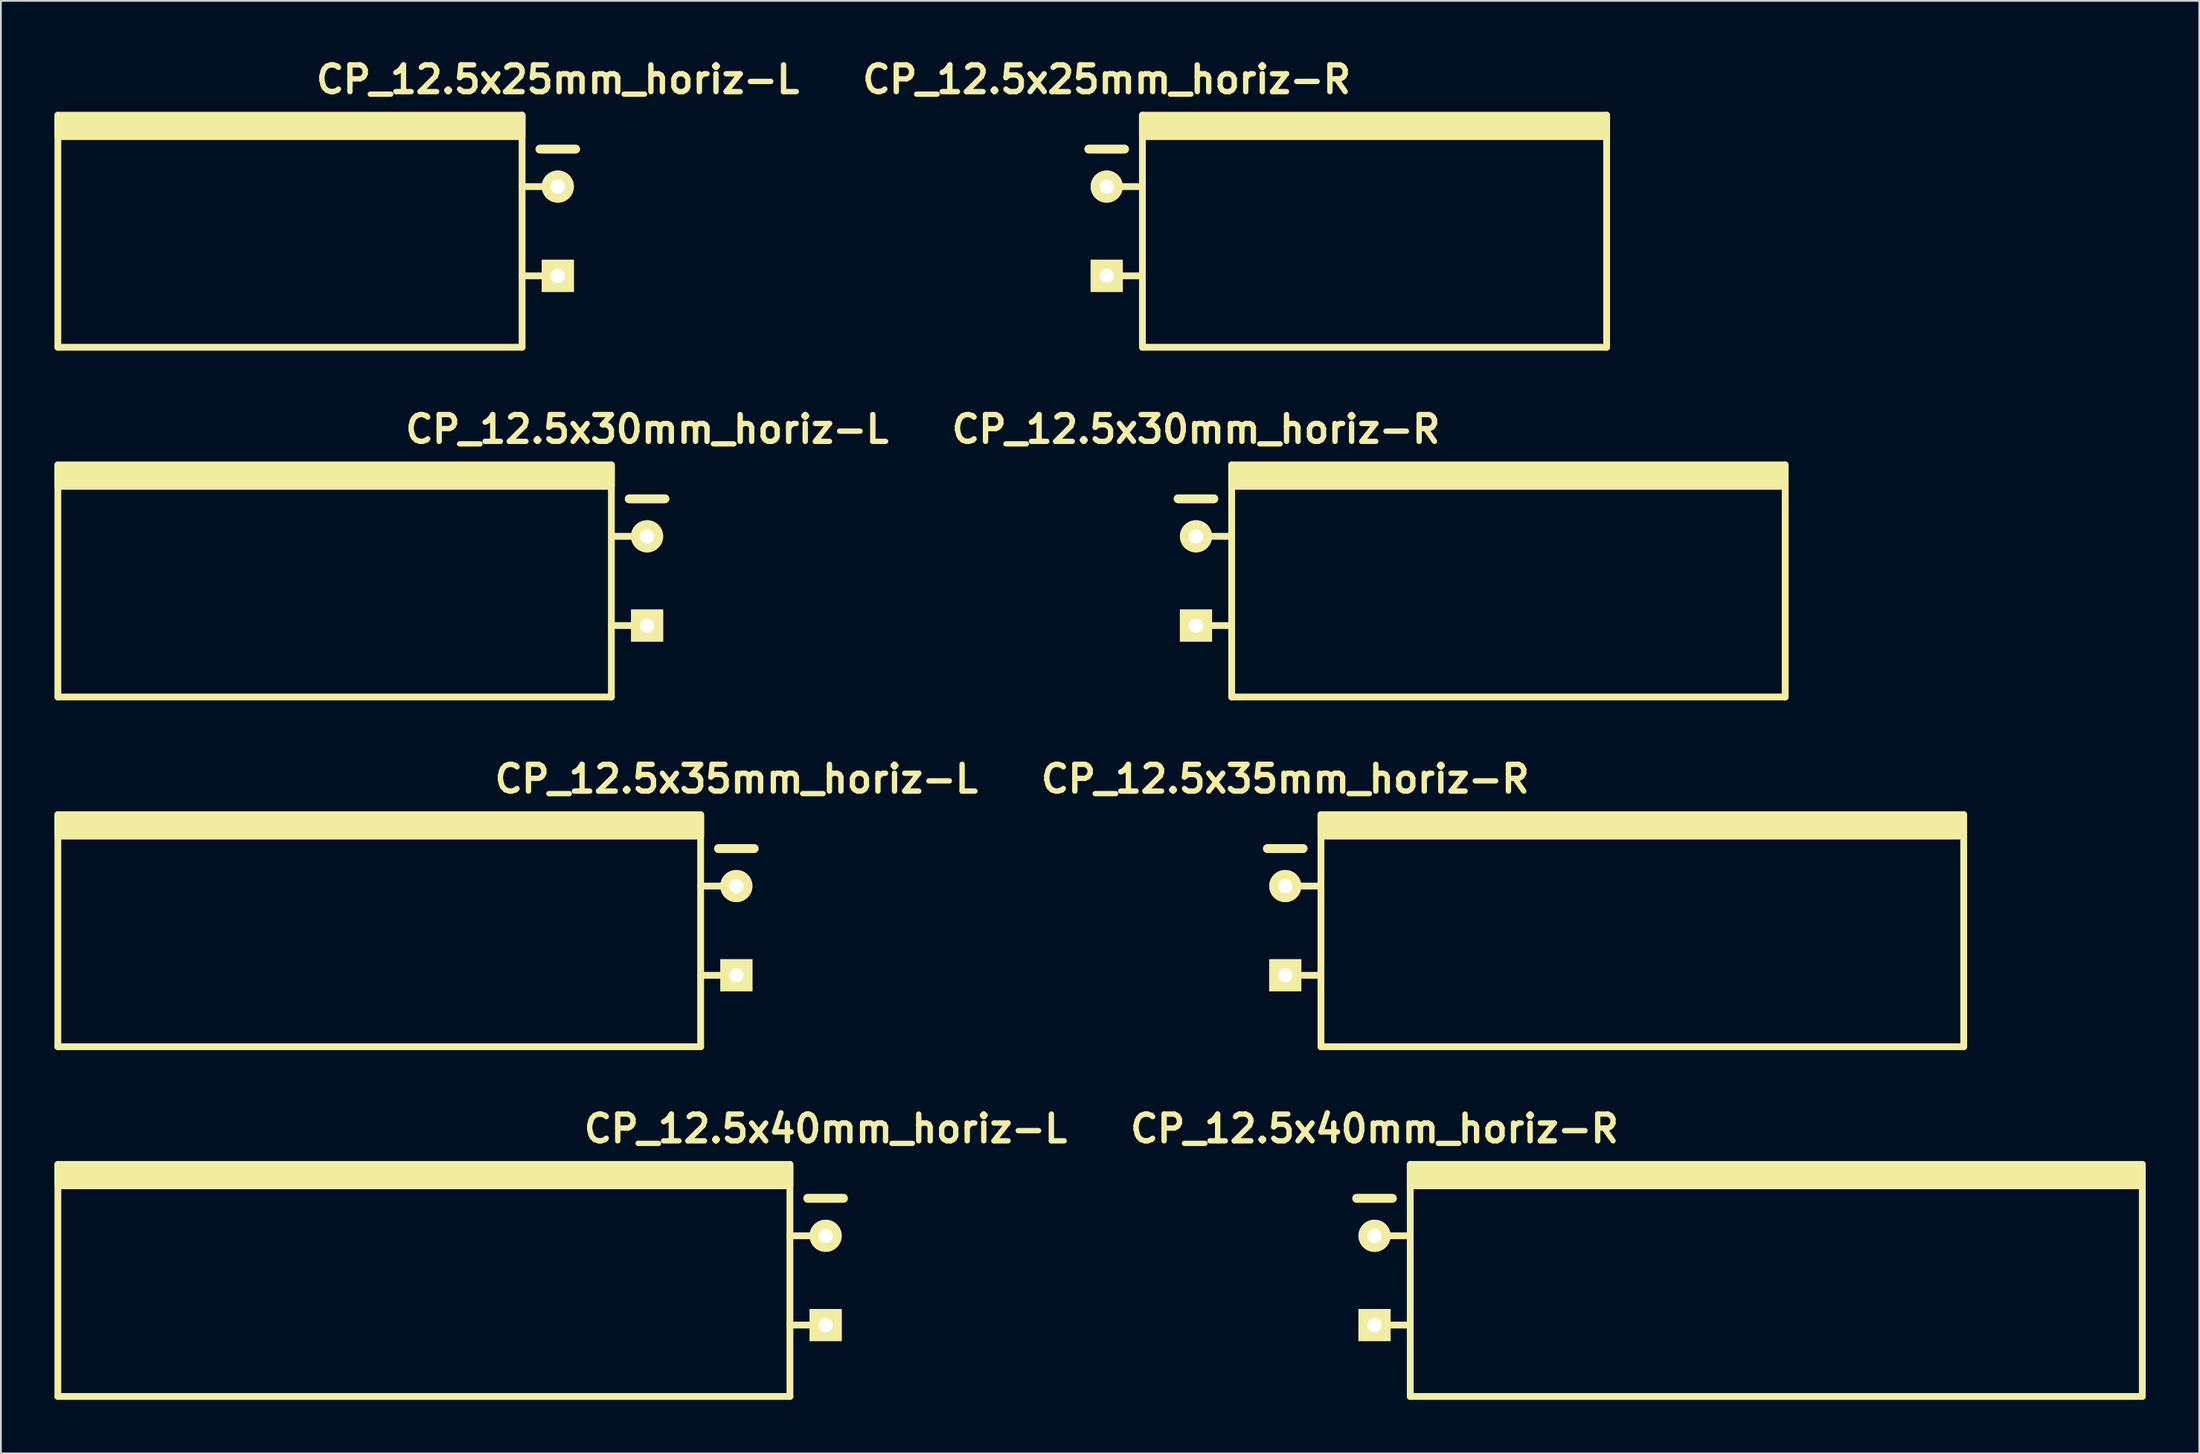
<source format=kicad_pcb>
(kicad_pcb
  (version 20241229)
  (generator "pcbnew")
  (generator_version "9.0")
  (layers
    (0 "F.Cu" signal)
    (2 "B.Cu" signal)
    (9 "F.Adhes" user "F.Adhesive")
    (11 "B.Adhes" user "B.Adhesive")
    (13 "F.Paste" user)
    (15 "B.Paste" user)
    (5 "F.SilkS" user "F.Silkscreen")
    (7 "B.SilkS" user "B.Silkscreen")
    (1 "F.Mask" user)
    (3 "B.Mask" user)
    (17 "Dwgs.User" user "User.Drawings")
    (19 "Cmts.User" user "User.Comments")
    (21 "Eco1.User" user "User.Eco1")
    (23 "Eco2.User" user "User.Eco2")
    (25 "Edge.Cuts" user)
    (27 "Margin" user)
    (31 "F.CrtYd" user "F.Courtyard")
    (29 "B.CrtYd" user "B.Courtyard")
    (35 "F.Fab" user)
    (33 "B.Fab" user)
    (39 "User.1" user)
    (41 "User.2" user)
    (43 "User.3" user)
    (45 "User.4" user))
  (footprint "CP_12.5x35mm_horiz-L"
    (layer "F.Cu")
    (at 38.191 49.093)
    (property "Reference" "CP_12.5x35mm_horiz-L" (at 0 -8.5 0) (layer "F.SilkS") (effects (font (size 1.5 1.5) (thickness 0.3))))
    (attr through_hole)
    (fp_line (start -38 6.5) (end -38 -6.5) (stroke (width 0.381) (type solid)) (layer "F.SilkS"))
    (fp_line (start -2 -6.5) (end -2 6.5) (stroke (width 0.381) (type solid)) (layer "F.SilkS"))
    (fp_line (start -2 -2.5) (end 0 -2.5) (stroke (width 0.381) (type solid)) (layer "F.SilkS"))
    (fp_line (start -2 2.5) (end 0 2.5) (stroke (width 0.381) (type solid)) (layer "F.SilkS"))
    (fp_line (start -2 6.5) (end -38 6.5) (stroke (width 0.381) (type solid)) (layer "F.SilkS"))
    (fp_line (start -1 -4.6) (end 1 -4.6) (stroke (width 0.5) (type solid)) (layer "F.SilkS"))
    (fp_poly (pts (xy -2 -5.3) (xy -38 -5.3) (xy -38 -6.5) (xy -2 -6.5)) (stroke (width 0.381) (type solid)) (fill yes) (layer "F.SilkS"))
    (pad "1" thru_hole rect (at 0 2.5) (size 1.8 1.8) (drill 0.8) (layers "*.Cu" "*.Mask" "F.SilkS"))
    (pad "2" thru_hole circle (at 0 -2.5) (size 1.8 1.8) (drill 0.8) (layers "*.Cu" "*.Mask" "F.SilkS")))
  (footprint "CP_12.5x30mm_horiz-R"
    (layer "F.Cu")
    (at 63.933 29.498)
    (property "Reference" "CP_12.5x30mm_horiz-R" (at 0 -8.5 0) (layer "F.SilkS") (effects (font (size 1.5 1.5) (thickness 0.3))))
    (attr through_hole)
    (fp_line (start -1 -4.6) (end 1 -4.6) (stroke (width 0.5) (type solid)) (layer "F.SilkS"))
    (fp_line (start 0 -2.5) (end 2 -2.5) (stroke (width 0.381) (type solid)) (layer "F.SilkS"))
    (fp_line (start 0 2.5) (end 2 2.5) (stroke (width 0.381) (type solid)) (layer "F.SilkS"))
    (fp_line (start 2 6.5) (end 2 -6.5) (stroke (width 0.381) (type solid)) (layer "F.SilkS"))
    (fp_line (start 33 -6.5) (end 33 6.5) (stroke (width 0.381) (type solid)) (layer "F.SilkS"))
    (fp_line (start 33 6.5) (end 2 6.5) (stroke (width 0.381) (type solid)) (layer "F.SilkS"))
    (fp_poly (pts (xy 33 -5.3) (xy 2 -5.3) (xy 2 -6.5) (xy 33 -6.5)) (stroke (width 0.381) (type solid)) (fill yes) (layer "F.SilkS"))
    (pad "1" thru_hole rect (at 0 2.5) (size 1.8 1.8) (drill 0.8) (layers "*.Cu" "*.Mask" "F.SilkS"))
    (pad "2" thru_hole circle (at 0 -2.5) (size 1.8 1.8) (drill 0.8) (layers "*.Cu" "*.Mask" "F.SilkS")))
  (footprint "CP_12.5x35mm_horiz-R"
    (layer "F.Cu")
    (at 68.933 49.093)
    (property "Reference" "CP_12.5x35mm_horiz-R" (at 0 -8.5 0) (layer "F.SilkS") (effects (font (size 1.5 1.5) (thickness 0.3))))
    (attr through_hole)
    (fp_line (start -1 -4.6) (end 1 -4.6) (stroke (width 0.5) (type solid)) (layer "F.SilkS"))
    (fp_line (start 0 -2.5) (end 2 -2.5) (stroke (width 0.381) (type solid)) (layer "F.SilkS"))
    (fp_line (start 0 2.5) (end 2 2.5) (stroke (width 0.381) (type solid)) (layer "F.SilkS"))
    (fp_line (start 2 6.5) (end 2 -6.5) (stroke (width 0.381) (type solid)) (layer "F.SilkS"))
    (fp_line (start 38 -6.5) (end 38 6.5) (stroke (width 0.381) (type solid)) (layer "F.SilkS"))
    (fp_line (start 38 6.5) (end 2 6.5) (stroke (width 0.381) (type solid)) (layer "F.SilkS"))
    (fp_poly (pts (xy 38 -5.3) (xy 2 -5.3) (xy 2 -6.5) (xy 38 -6.5)) (stroke (width 0.381) (type solid)) (fill yes) (layer "F.SilkS"))
    (pad "1" thru_hole rect (at 0 2.5) (size 1.8 1.8) (drill 0.8) (layers "*.Cu" "*.Mask" "F.SilkS"))
    (pad "2" thru_hole circle (at 0 -2.5) (size 1.8 1.8) (drill 0.8) (layers "*.Cu" "*.Mask" "F.SilkS")))
  (footprint "CP_12.5x40mm_horiz-L"
    (layer "F.Cu")
    (at 43.191 68.688)
    (property "Reference" "CP_12.5x40mm_horiz-L" (at 0 -8.5 0) (layer "F.SilkS") (effects (font (size 1.5 1.5) (thickness 0.3))))
    (attr through_hole)
    (fp_line (start -43 6.5) (end -43 -6.5) (stroke (width 0.381) (type solid)) (layer "F.SilkS"))
    (fp_line (start -2 -6.5) (end -2 6.5) (stroke (width 0.381) (type solid)) (layer "F.SilkS"))
    (fp_line (start -2 -2.5) (end 0 -2.5) (stroke (width 0.381) (type solid)) (layer "F.SilkS"))
    (fp_line (start -2 2.5) (end 0 2.5) (stroke (width 0.381) (type solid)) (layer "F.SilkS"))
    (fp_line (start -2 6.5) (end -43 6.5) (stroke (width 0.381) (type solid)) (layer "F.SilkS"))
    (fp_line (start -1 -4.6) (end 1 -4.6) (stroke (width 0.5) (type solid)) (layer "F.SilkS"))
    (fp_poly (pts (xy -2 -5.3) (xy -43 -5.3) (xy -43 -6.5) (xy -2 -6.5)) (stroke (width 0.381) (type solid)) (fill yes) (layer "F.SilkS"))
    (pad "1" thru_hole rect (at 0 2.5) (size 1.8 1.8) (drill 0.8) (layers "*.Cu" "*.Mask" "F.SilkS"))
    (pad "2" thru_hole circle (at 0 -2.5) (size 1.8 1.8) (drill 0.8) (layers "*.Cu" "*.Mask" "F.SilkS")))
  (footprint "CP_12.5x40mm_horiz-R"
    (layer "F.Cu")
    (at 73.933 68.688)
    (property "Reference" "CP_12.5x40mm_horiz-R" (at 0 -8.5 0) (layer "F.SilkS") (effects (font (size 1.5 1.5) (thickness 0.3))))
    (attr through_hole)
    (fp_line (start -1 -4.6) (end 1 -4.6) (stroke (width 0.5) (type solid)) (layer "F.SilkS"))
    (fp_line (start 0 -2.5) (end 2 -2.5) (stroke (width 0.381) (type solid)) (layer "F.SilkS"))
    (fp_line (start 0 2.5) (end 2 2.5) (stroke (width 0.381) (type solid)) (layer "F.SilkS"))
    (fp_line (start 2 6.5) (end 2 -6.5) (stroke (width 0.381) (type solid)) (layer "F.SilkS"))
    (fp_line (start 43 -6.5) (end 43 6.5) (stroke (width 0.381) (type solid)) (layer "F.SilkS"))
    (fp_line (start 43 6.5) (end 2 6.5) (stroke (width 0.381) (type solid)) (layer "F.SilkS"))
    (fp_poly (pts (xy 43 -5.3) (xy 2 -5.3) (xy 2 -6.5) (xy 43 -6.5)) (stroke (width 0.381) (type solid)) (fill yes) (layer "F.SilkS"))
    (pad "1" thru_hole rect (at 0 2.5) (size 1.8 1.8) (drill 0.8) (layers "*.Cu" "*.Mask" "F.SilkS"))
    (pad "2" thru_hole circle (at 0 -2.5) (size 1.8 1.8) (drill 0.8) (layers "*.Cu" "*.Mask" "F.SilkS")))
  (footprint "CP_12.5x25mm_horiz-R"
    (layer "F.Cu")
    (at 58.933 9.904)
    (property "Reference" "CP_12.5x25mm_horiz-R" (at 0 -8.5 0) (layer "F.SilkS") (effects (font (size 1.5 1.5) (thickness 0.3))))
    (attr through_hole)
    (fp_line (start -1 -4.6) (end 1 -4.6) (stroke (width 0.5) (type solid)) (layer "F.SilkS"))
    (fp_line (start 0 -2.5) (end 2 -2.5) (stroke (width 0.381) (type solid)) (layer "F.SilkS"))
    (fp_line (start 0 2.5) (end 2 2.5) (stroke (width 0.381) (type solid)) (layer "F.SilkS"))
    (fp_line (start 2 6.5) (end 2 -6.5) (stroke (width 0.381) (type solid)) (layer "F.SilkS"))
    (fp_line (start 28 -6.5) (end 28 6.5) (stroke (width 0.381) (type solid)) (layer "F.SilkS"))
    (fp_line (start 28 6.5) (end 2 6.5) (stroke (width 0.381) (type solid)) (layer "F.SilkS"))
    (fp_poly (pts (xy 28 -5.3) (xy 2 -5.3) (xy 2 -6.5) (xy 28 -6.5)) (stroke (width 0.381) (type solid)) (fill yes) (layer "F.SilkS"))
    (pad "1" thru_hole rect (at 0 2.5) (size 1.8 1.8) (drill 0.8) (layers "*.Cu" "*.Mask" "F.SilkS"))
    (pad "2" thru_hole circle (at 0 -2.5) (size 1.8 1.8) (drill 0.8) (layers "*.Cu" "*.Mask" "F.SilkS")))
  (footprint "CP_12.5x30mm_horiz-L"
    (layer "F.Cu")
    (at 33.191 29.498)
    (property "Reference" "CP_12.5x30mm_horiz-L" (at 0 -8.5 0) (layer "F.SilkS") (effects (font (size 1.5 1.5) (thickness 0.3))))
    (attr through_hole)
    (fp_line (start -33 6.5) (end -33 -6.5) (stroke (width 0.381) (type solid)) (layer "F.SilkS"))
    (fp_line (start -2 -6.5) (end -2 6.5) (stroke (width 0.381) (type solid)) (layer "F.SilkS"))
    (fp_line (start -2 -2.5) (end 0 -2.5) (stroke (width 0.381) (type solid)) (layer "F.SilkS"))
    (fp_line (start -2 2.5) (end 0 2.5) (stroke (width 0.381) (type solid)) (layer "F.SilkS"))
    (fp_line (start -2 6.5) (end -33 6.5) (stroke (width 0.381) (type solid)) (layer "F.SilkS"))
    (fp_line (start -1 -4.6) (end 1 -4.6) (stroke (width 0.5) (type solid)) (layer "F.SilkS"))
    (fp_poly (pts (xy -2 -5.3) (xy -33 -5.3) (xy -33 -6.5) (xy -2 -6.5)) (stroke (width 0.381) (type solid)) (fill yes) (layer "F.SilkS"))
    (pad "1" thru_hole rect (at 0 2.5) (size 1.8 1.8) (drill 0.8) (layers "*.Cu" "*.Mask" "F.SilkS"))
    (pad "2" thru_hole circle (at 0 -2.5) (size 1.8 1.8) (drill 0.8) (layers "*.Cu" "*.Mask" "F.SilkS")))
  (footprint "CP_12.5x25mm_horiz-L"
    (layer "F.Cu")
    (at 28.191 9.904)
    (property "Reference" "CP_12.5x25mm_horiz-L" (at 0 -8.5 0) (layer "F.SilkS") (effects (font (size 1.5 1.5) (thickness 0.3))))
    (attr through_hole)
    (fp_line (start -28 6.5) (end -28 -6.5) (stroke (width 0.381) (type solid)) (layer "F.SilkS"))
    (fp_line (start -2 -6.5) (end -2 6.5) (stroke (width 0.381) (type solid)) (layer "F.SilkS"))
    (fp_line (start -2 -2.5) (end 0 -2.5) (stroke (width 0.381) (type solid)) (layer "F.SilkS"))
    (fp_line (start -2 2.5) (end 0 2.5) (stroke (width 0.381) (type solid)) (layer "F.SilkS"))
    (fp_line (start -2 6.5) (end -28 6.5) (stroke (width 0.381) (type solid)) (layer "F.SilkS"))
    (fp_line (start -1 -4.6) (end 1 -4.6) (stroke (width 0.5) (type solid)) (layer "F.SilkS"))
    (fp_poly (pts (xy -2 -5.3) (xy -28 -5.3) (xy -28 -6.5) (xy -2 -6.5)) (stroke (width 0.381) (type solid)) (fill yes) (layer "F.SilkS"))
    (pad "1" thru_hole rect (at 0 2.5) (size 1.8 1.8) (drill 0.8) (layers "*.Cu" "*.Mask" "F.SilkS"))
    (pad "2" thru_hole circle (at 0 -2.5) (size 1.8 1.8) (drill 0.8) (layers "*.Cu" "*.Mask" "F.SilkS")))
  (gr_rect
    (start -3 -3)
    (end 120.124 78.378)
    (stroke (width 0.1) (type default))
    (fill no)
    (layer "Edge.Cuts")))
</source>
